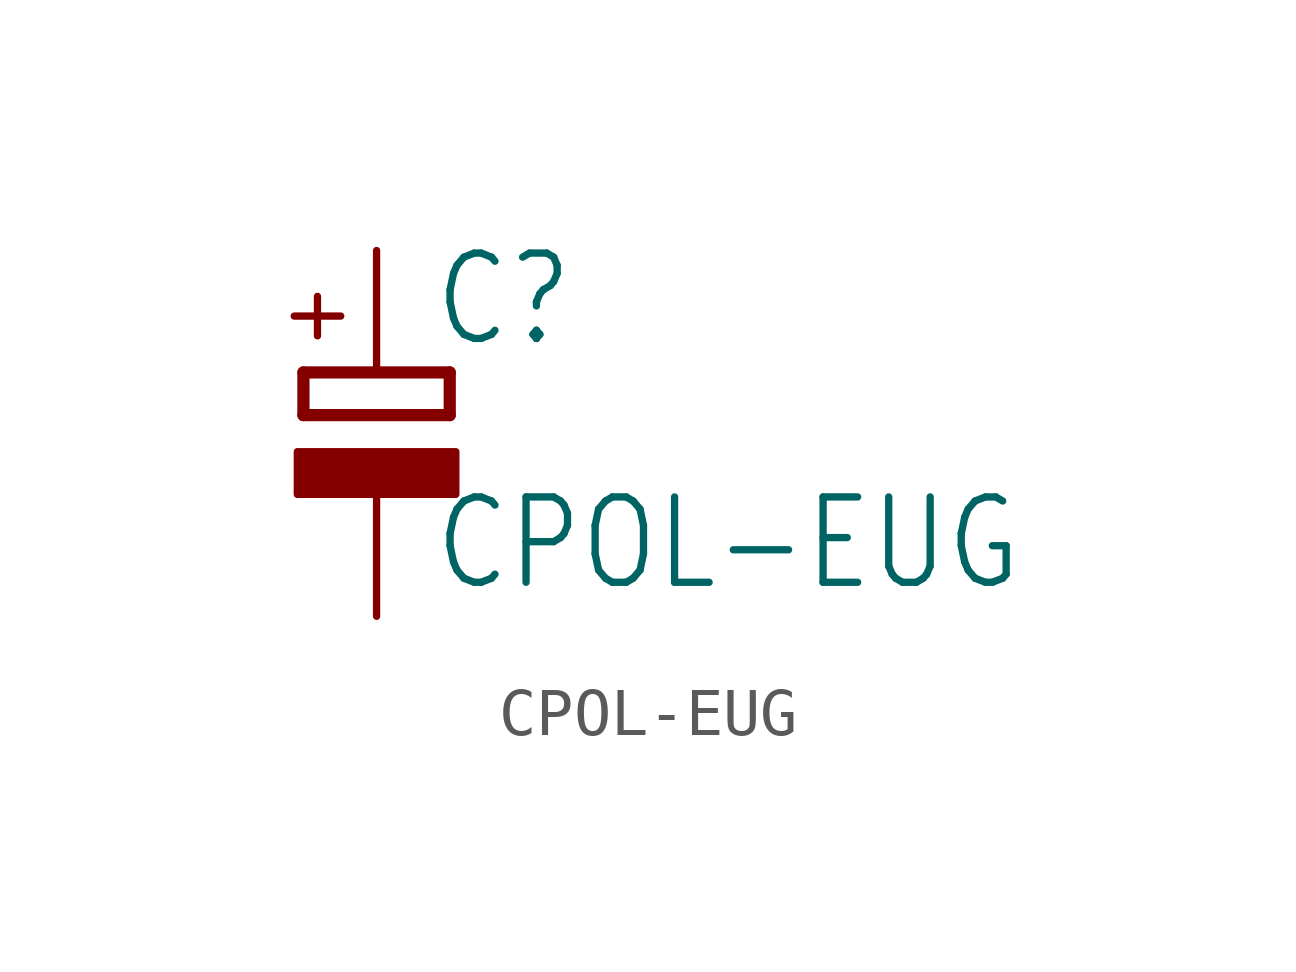
<source format=kicad_sym>
(kicad_symbol_lib
  (version 20210619)
  (generator kicad_symbol_editor)
  (symbol "CPOL-EUG"
    (property "Reference" "C"
      (at 1.143 0.483 0)
      (effects (font (size 1.778 1.511)) (justify left bottom)))
    (property "Value" "CPOL-EUG"
      (at 1.143 -4.597 0)
      (effects (font (size 1.778 1.511)) (justify left bottom)))
    (property "ki_locked" ""
      (at 0 0 0)
      (effects (font (size 1.27 1.27))))
    (symbol "CPOL-EUG_1_0"
      (text "+" (at -0.584 0.406 900) (effects (font (size 1.27 1.079)) (justify left bottom)))
      (rectangle (start -1.651 -2.54) (end 1.651 -1.651) (stroke (width 0)) (fill (type outline)))
      (polyline (pts (xy -1.524 -0.889) (xy 1.524 -0.889)) (stroke (width 0.254)) (fill (type none)))
      (polyline (pts (xy -1.524 0) (xy -1.524 -0.889)) (stroke (width 0.254)) (fill (type none)))
      (polyline (pts (xy -1.524 0) (xy 1.524 0)) (stroke (width 0.254)) (fill (type none)))
      (polyline (pts (xy 1.524 -0.889) (xy 1.524 0)) (stroke (width 0.254)) (fill (type none)))
      (pin passive line (at 0 2.54 270) (length 2.54) (name "+" (effects (font (size 0 0)))) (number "+" (effects (font (size 0 0)))))
      (pin passive line (at 0 -5.08 90) (length 2.54) (name "-" (effects (font (size 0 0)))) (number "-" (effects (font (size 0 0))))))))
</source>
